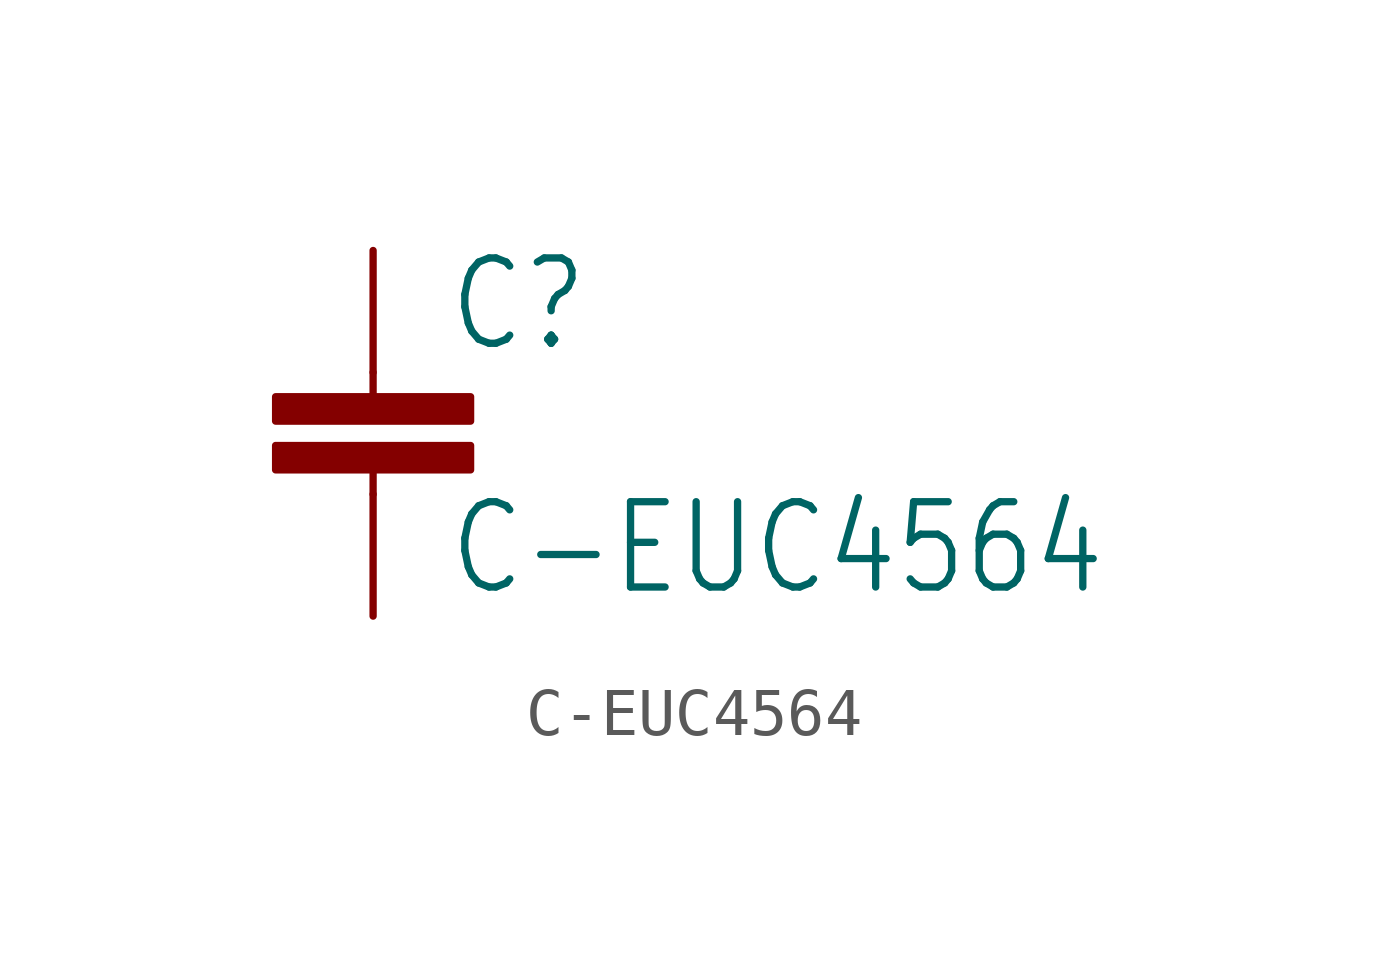
<source format=kicad_sym>
(kicad_symbol_lib
  (version 20211014)
  (generator kicad_symbol_editor)
  (symbol "C-EUC4564"
    (property "Reference" "C"
      (at 1.524 0.381 0)
      (effects (font (size 1.778 1.511)) (justify left bottom)))
    (property "Value" "C-EUC4564"
      (at 1.524 -4.699 0)
      (effects (font (size 1.778 1.511)) (justify left bottom)))
    (property "ki_locked" ""
      (at 0 0 0)
      (effects (font (size 1.27 1.27))))
    (symbol "C-EUC4564_1_0"
      (rectangle (start -2.032 -2.032) (end 2.032 -1.524) (stroke (width 0) (type default) (color 0 0 0 0)) (fill (type outline)))
      (rectangle (start -2.032 -1.016) (end 2.032 -0.508) (stroke (width 0) (type default) (color 0 0 0 0)) (fill (type outline)))
      (polyline (pts (xy 0 -2.54) (xy 0 -2.032)) (stroke (width 0.152) (type default) (color 0 0 0 0)) (fill (type none)))
      (polyline (pts (xy 0 0) (xy 0 -0.508)) (stroke (width 0.152) (type default) (color 0 0 0 0)) (fill (type none)))
      (pin passive line (at 0 2.54 270) (length 2.54) (name "1" (effects (font (size 0 0)))) (number "1" (effects (font (size 0 0)))))
      (pin passive line (at 0 -5.08 90) (length 2.54) (name "2" (effects (font (size 0 0)))) (number "2" (effects (font (size 0 0))))))))
</source>
